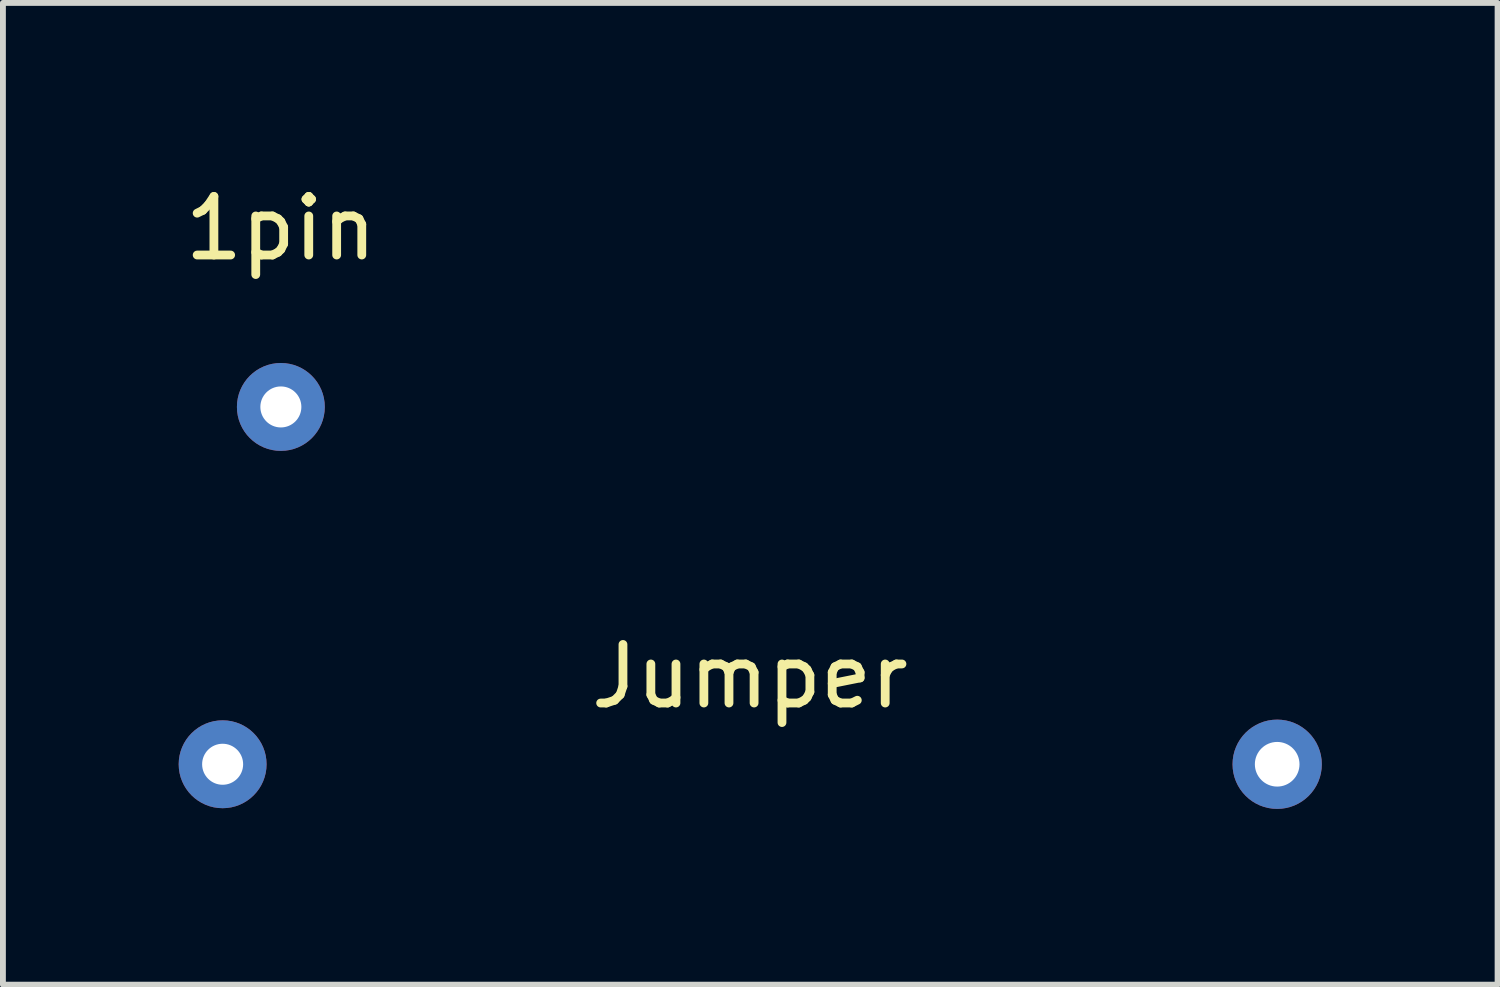
<source format=kicad_pcb>
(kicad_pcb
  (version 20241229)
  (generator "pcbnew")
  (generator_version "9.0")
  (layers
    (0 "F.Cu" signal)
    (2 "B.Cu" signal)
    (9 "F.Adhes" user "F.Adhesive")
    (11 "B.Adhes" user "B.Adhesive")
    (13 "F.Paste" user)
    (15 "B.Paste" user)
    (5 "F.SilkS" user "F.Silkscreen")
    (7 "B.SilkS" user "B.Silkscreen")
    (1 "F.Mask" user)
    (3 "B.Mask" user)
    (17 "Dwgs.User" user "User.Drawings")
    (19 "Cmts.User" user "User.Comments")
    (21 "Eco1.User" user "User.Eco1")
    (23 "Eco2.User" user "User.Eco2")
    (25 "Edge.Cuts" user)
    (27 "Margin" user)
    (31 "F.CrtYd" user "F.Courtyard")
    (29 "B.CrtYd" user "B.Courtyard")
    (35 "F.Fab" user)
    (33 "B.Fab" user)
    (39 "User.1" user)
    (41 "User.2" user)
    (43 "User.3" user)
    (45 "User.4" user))
  (footprint "Jumper"
    (layer "F.Cu")
    (at 9.75 9.995)
    (property "Reference" "Jumper" (at 0 -1.5 0) (layer "F.SilkS") (effects (font (size 1 1) (thickness 0.15))))
    (attr through_hole)
    (pad "1" thru_hole circle (at -9 0) (size 1.5 1.5) (drill 0.7) (layers "*.Cu" "*.Mask"))
    (pad "2" thru_hole circle (at 9 0) (size 1.524 1.524) (drill 0.762) (layers "*.Cu" "*.Mask")))
  (footprint "1pin"
    (layer "F.Cu")
    (at 1.744 3.896)
    (property "Reference" "1pin" (at 0 -3.048 0) (layer "F.SilkS") (effects (font (size 1 1) (thickness 0.15))))
    (attr through_hole)
    (pad "1" thru_hole circle (at 0 0) (size 1.5 1.5) (drill 0.7) (layers "*.Cu" "*.Mask")))
  (gr_rect
    (start -3 -3)
    (end 22.512 13.757)
    (stroke (width 0.1) (type default))
    (fill no)
    (layer "Edge.Cuts")))
</source>
